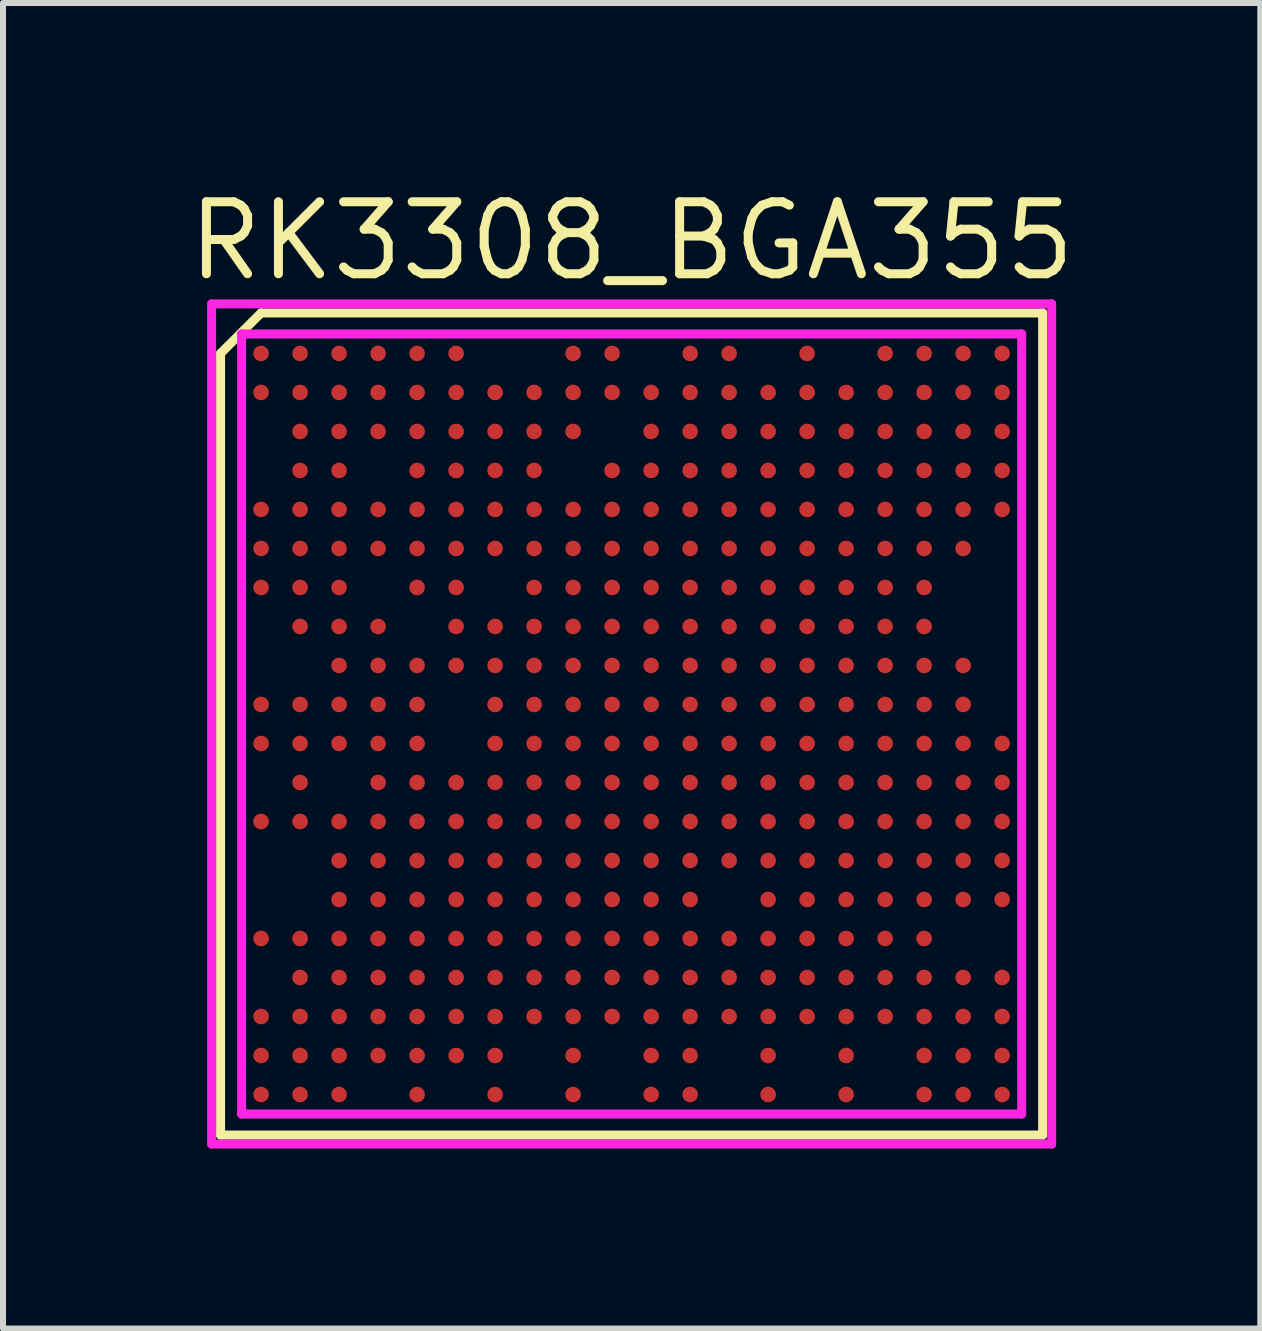
<source format=kicad_pcb>
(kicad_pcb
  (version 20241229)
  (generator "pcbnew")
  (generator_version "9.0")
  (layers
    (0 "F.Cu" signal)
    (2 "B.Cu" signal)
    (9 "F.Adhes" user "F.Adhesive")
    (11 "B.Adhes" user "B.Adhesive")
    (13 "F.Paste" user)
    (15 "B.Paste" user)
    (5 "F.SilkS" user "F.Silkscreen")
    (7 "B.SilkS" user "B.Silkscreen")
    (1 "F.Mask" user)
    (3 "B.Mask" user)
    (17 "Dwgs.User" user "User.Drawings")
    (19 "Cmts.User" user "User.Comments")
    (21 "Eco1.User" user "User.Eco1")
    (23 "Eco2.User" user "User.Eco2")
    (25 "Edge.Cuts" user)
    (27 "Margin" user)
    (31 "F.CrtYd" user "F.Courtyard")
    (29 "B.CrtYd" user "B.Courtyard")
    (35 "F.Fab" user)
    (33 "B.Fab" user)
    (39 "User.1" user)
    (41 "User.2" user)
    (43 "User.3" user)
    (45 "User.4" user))
  (footprint "RK3308_BGA355"
    (layer "F.Cu")
    (at 7.476 9.015)
    (property "Reference" "RK3308_BGA355" (at 0 -8.05 0) (layer "F.SilkS") (effects (font (size 1.2 1.2) (thickness 0.15))))
    (attr smd)
    (fp_line (start -6.85 -6.175) (end -6.85 6.85) (stroke (width 0.15) (type solid)) (layer "F.SilkS"))
    (fp_line (start -6.85 6.85) (end 6.85 6.85) (stroke (width 0.15) (type solid)) (layer "F.SilkS"))
    (fp_line (start -6.175 -6.85) (end -6.85 -6.175) (stroke (width 0.15) (type solid)) (layer "F.SilkS"))
    (fp_line (start 6.85 -6.85) (end -6.175 -6.85) (stroke (width 0.15) (type solid)) (layer "F.SilkS"))
    (fp_line (start 6.85 6.85) (end 6.85 -6.85) (stroke (width 0.15) (type solid)) (layer "F.SilkS"))
    (fp_line (start -7 -7) (end 7 -7) (stroke (width 0.15) (type solid)) (layer "F.CrtYd"))
    (fp_line (start -7 7) (end -7 -7) (stroke (width 0.15) (type solid)) (layer "F.CrtYd"))
    (fp_line (start -6.5 -6.5) (end 6.5 -6.5) (stroke (width 0.15) (type solid)) (layer "F.CrtYd"))
    (fp_line (start -6.5 6.5) (end -6.5 -6.5) (stroke (width 0.15) (type solid)) (layer "F.CrtYd"))
    (fp_line (start 6.5 -6.5) (end 6.5 6.5) (stroke (width 0.15) (type solid)) (layer "F.CrtYd"))
    (fp_line (start 6.5 6.5) (end -6.5 6.5) (stroke (width 0.15) (type solid)) (layer "F.CrtYd"))
    (fp_line (start 7 -7) (end 7 7) (stroke (width 0.15) (type solid)) (layer "F.CrtYd"))
    (fp_line (start 7 7) (end -7 7) (stroke (width 0.15) (type solid)) (layer "F.CrtYd"))
    (pad "A1" smd circle (at -6.175 -6.175) (size 0.26 0.26) (layers "F.Cu" "F.Mask" "F.Paste"))
    (pad "A2" smd circle (at -5.525 -6.175) (size 0.26 0.26) (layers "F.Cu" "F.Mask" "F.Paste"))
    (pad "A3" smd circle (at -4.875 -6.175) (size 0.26 0.26) (layers "F.Cu" "F.Mask" "F.Paste"))
    (pad "A4" smd circle (at -4.225 -6.175) (size 0.26 0.26) (layers "F.Cu" "F.Mask" "F.Paste"))
    (pad "A5" smd circle (at -3.575 -6.175) (size 0.26 0.26) (layers "F.Cu" "F.Mask" "F.Paste"))
    (pad "A6" smd circle (at -2.925 -6.175) (size 0.26 0.26) (layers "F.Cu" "F.Mask" "F.Paste"))
    (pad "A9" smd circle (at -0.975 -6.175) (size 0.26 0.26) (layers "F.Cu" "F.Mask" "F.Paste"))
    (pad "A10" smd circle (at -0.325 -6.175) (size 0.26 0.26) (layers "F.Cu" "F.Mask" "F.Paste"))
    (pad "A12" smd circle (at 0.975 -6.175) (size 0.26 0.26) (layers "F.Cu" "F.Mask" "F.Paste"))
    (pad "A13" smd circle (at 1.625 -6.175) (size 0.26 0.26) (layers "F.Cu" "F.Mask" "F.Paste"))
    (pad "A15" smd circle (at 2.925 -6.175) (size 0.26 0.26) (layers "F.Cu" "F.Mask" "F.Paste"))
    (pad "A17" smd circle (at 4.225 -6.175) (size 0.26 0.26) (layers "F.Cu" "F.Mask" "F.Paste"))
    (pad "A18" smd circle (at 4.875 -6.175) (size 0.26 0.26) (layers "F.Cu" "F.Mask" "F.Paste"))
    (pad "A19" smd circle (at 5.525 -6.175) (size 0.26 0.26) (layers "F.Cu" "F.Mask" "F.Paste"))
    (pad "A20" smd circle (at 6.175 -6.175) (size 0.26 0.26) (layers "F.Cu" "F.Mask" "F.Paste"))
    (pad "B1" smd circle (at -6.175 -5.525) (size 0.26 0.26) (layers "F.Cu" "F.Mask" "F.Paste"))
    (pad "B2" smd circle (at -5.525 -5.525) (size 0.26 0.26) (layers "F.Cu" "F.Mask" "F.Paste"))
    (pad "B3" smd circle (at -4.875 -5.525) (size 0.26 0.26) (layers "F.Cu" "F.Mask" "F.Paste"))
    (pad "B4" smd circle (at -4.225 -5.525) (size 0.26 0.26) (layers "F.Cu" "F.Mask" "F.Paste"))
    (pad "B5" smd circle (at -3.575 -5.525) (size 0.26 0.26) (layers "F.Cu" "F.Mask" "F.Paste"))
    (pad "B6" smd circle (at -2.925 -5.525) (size 0.26 0.26) (layers "F.Cu" "F.Mask" "F.Paste"))
    (pad "B7" smd circle (at -2.275 -5.525) (size 0.26 0.26) (layers "F.Cu" "F.Mask" "F.Paste"))
    (pad "B8" smd circle (at -1.625 -5.525) (size 0.26 0.26) (layers "F.Cu" "F.Mask" "F.Paste"))
    (pad "B9" smd circle (at -0.975 -5.525) (size 0.26 0.26) (layers "F.Cu" "F.Mask" "F.Paste"))
    (pad "B10" smd circle (at -0.325 -5.525) (size 0.26 0.26) (layers "F.Cu" "F.Mask" "F.Paste"))
    (pad "B11" smd circle (at 0.325 -5.525) (size 0.26 0.26) (layers "F.Cu" "F.Mask" "F.Paste"))
    (pad "B12" smd circle (at 0.975 -5.525) (size 0.26 0.26) (layers "F.Cu" "F.Mask" "F.Paste"))
    (pad "B13" smd circle (at 1.625 -5.525) (size 0.26 0.26) (layers "F.Cu" "F.Mask" "F.Paste"))
    (pad "B14" smd circle (at 2.275 -5.525) (size 0.26 0.26) (layers "F.Cu" "F.Mask" "F.Paste"))
    (pad "B15" smd circle (at 2.925 -5.525) (size 0.26 0.26) (layers "F.Cu" "F.Mask" "F.Paste"))
    (pad "B16" smd circle (at 3.575 -5.525) (size 0.26 0.26) (layers "F.Cu" "F.Mask" "F.Paste"))
    (pad "B17" smd circle (at 4.225 -5.525) (size 0.26 0.26) (layers "F.Cu" "F.Mask" "F.Paste"))
    (pad "B18" smd circle (at 4.875 -5.525) (size 0.26 0.26) (layers "F.Cu" "F.Mask" "F.Paste"))
    (pad "B19" smd circle (at 5.525 -5.525) (size 0.26 0.26) (layers "F.Cu" "F.Mask" "F.Paste"))
    (pad "B20" smd circle (at 6.175 -5.525) (size 0.26 0.26) (layers "F.Cu" "F.Mask" "F.Paste"))
    (pad "C2" smd circle (at -5.525 -4.875) (size 0.26 0.26) (layers "F.Cu" "F.Mask" "F.Paste"))
    (pad "C3" smd circle (at -4.875 -4.875) (size 0.26 0.26) (layers "F.Cu" "F.Mask" "F.Paste"))
    (pad "C4" smd circle (at -4.225 -4.875) (size 0.26 0.26) (layers "F.Cu" "F.Mask" "F.Paste"))
    (pad "C5" smd circle (at -3.575 -4.875) (size 0.26 0.26) (layers "F.Cu" "F.Mask" "F.Paste"))
    (pad "C6" smd circle (at -2.925 -4.875) (size 0.26 0.26) (layers "F.Cu" "F.Mask" "F.Paste"))
    (pad "C7" smd circle (at -2.275 -4.875) (size 0.26 0.26) (layers "F.Cu" "F.Mask" "F.Paste"))
    (pad "C8" smd circle (at -1.625 -4.875) (size 0.26 0.26) (layers "F.Cu" "F.Mask" "F.Paste"))
    (pad "C9" smd circle (at -0.975 -4.875) (size 0.26 0.26) (layers "F.Cu" "F.Mask" "F.Paste"))
    (pad "C11" smd circle (at 0.325 -4.875) (size 0.26 0.26) (layers "F.Cu" "F.Mask" "F.Paste"))
    (pad "C12" smd circle (at 0.975 -4.875) (size 0.26 0.26) (layers "F.Cu" "F.Mask" "F.Paste"))
    (pad "C13" smd circle (at 1.625 -4.875) (size 0.26 0.26) (layers "F.Cu" "F.Mask" "F.Paste"))
    (pad "C14" smd circle (at 2.275 -4.875) (size 0.26 0.26) (layers "F.Cu" "F.Mask" "F.Paste"))
    (pad "C15" smd circle (at 2.925 -4.875) (size 0.26 0.26) (layers "F.Cu" "F.Mask" "F.Paste"))
    (pad "C16" smd circle (at 3.575 -4.875) (size 0.26 0.26) (layers "F.Cu" "F.Mask" "F.Paste"))
    (pad "C17" smd circle (at 4.225 -4.875) (size 0.26 0.26) (layers "F.Cu" "F.Mask" "F.Paste"))
    (pad "C18" smd circle (at 4.875 -4.875) (size 0.26 0.26) (layers "F.Cu" "F.Mask" "F.Paste"))
    (pad "C19" smd circle (at 5.525 -4.875) (size 0.26 0.26) (layers "F.Cu" "F.Mask" "F.Paste"))
    (pad "C20" smd circle (at 6.175 -4.875) (size 0.26 0.26) (layers "F.Cu" "F.Mask" "F.Paste"))
    (pad "D2" smd circle (at -5.525 -4.225) (size 0.26 0.26) (layers "F.Cu" "F.Mask" "F.Paste"))
    (pad "D3" smd circle (at -4.875 -4.225) (size 0.26 0.26) (layers "F.Cu" "F.Mask" "F.Paste"))
    (pad "D5" smd circle (at -3.575 -4.225) (size 0.26 0.26) (layers "F.Cu" "F.Mask" "F.Paste"))
    (pad "D6" smd circle (at -2.925 -4.225) (size 0.26 0.26) (layers "F.Cu" "F.Mask" "F.Paste"))
    (pad "D7" smd circle (at -2.275 -4.225) (size 0.26 0.26) (layers "F.Cu" "F.Mask" "F.Paste"))
    (pad "D8" smd circle (at -1.625 -4.225) (size 0.26 0.26) (layers "F.Cu" "F.Mask" "F.Paste"))
    (pad "D10" smd circle (at -0.325 -4.225) (size 0.26 0.26) (layers "F.Cu" "F.Mask" "F.Paste"))
    (pad "D11" smd circle (at 0.325 -4.225) (size 0.26 0.26) (layers "F.Cu" "F.Mask" "F.Paste"))
    (pad "D12" smd circle (at 0.975 -4.225) (size 0.26 0.26) (layers "F.Cu" "F.Mask" "F.Paste"))
    (pad "D13" smd circle (at 1.625 -4.225) (size 0.26 0.26) (layers "F.Cu" "F.Mask" "F.Paste"))
    (pad "D14" smd circle (at 2.275 -4.225) (size 0.26 0.26) (layers "F.Cu" "F.Mask" "F.Paste"))
    (pad "D15" smd circle (at 2.925 -4.225) (size 0.26 0.26) (layers "F.Cu" "F.Mask" "F.Paste"))
    (pad "D16" smd circle (at 3.575 -4.225) (size 0.26 0.26) (layers "F.Cu" "F.Mask" "F.Paste"))
    (pad "D17" smd circle (at 4.225 -4.225) (size 0.26 0.26) (layers "F.Cu" "F.Mask" "F.Paste"))
    (pad "D18" smd circle (at 4.875 -4.225) (size 0.26 0.26) (layers "F.Cu" "F.Mask" "F.Paste"))
    (pad "D19" smd circle (at 5.525 -4.225) (size 0.26 0.26) (layers "F.Cu" "F.Mask" "F.Paste"))
    (pad "D20" smd circle (at 6.175 -4.225) (size 0.26 0.26) (layers "F.Cu" "F.Mask" "F.Paste"))
    (pad "E1" smd circle (at -6.175 -3.575) (size 0.26 0.26) (layers "F.Cu" "F.Mask" "F.Paste"))
    (pad "E2" smd circle (at -5.525 -3.575) (size 0.26 0.26) (layers "F.Cu" "F.Mask" "F.Paste"))
    (pad "E3" smd circle (at -4.875 -3.575) (size 0.26 0.26) (layers "F.Cu" "F.Mask" "F.Paste"))
    (pad "E4" smd circle (at -4.225 -3.575) (size 0.26 0.26) (layers "F.Cu" "F.Mask" "F.Paste"))
    (pad "E5" smd circle (at -3.575 -3.575) (size 0.26 0.26) (layers "F.Cu" "F.Mask" "F.Paste"))
    (pad "E6" smd circle (at -2.925 -3.575) (size 0.26 0.26) (layers "F.Cu" "F.Mask" "F.Paste"))
    (pad "E7" smd circle (at -2.275 -3.575) (size 0.26 0.26) (layers "F.Cu" "F.Mask" "F.Paste"))
    (pad "E8" smd circle (at -1.625 -3.575) (size 0.26 0.26) (layers "F.Cu" "F.Mask" "F.Paste"))
    (pad "E9" smd circle (at -0.975 -3.575) (size 0.26 0.26) (layers "F.Cu" "F.Mask" "F.Paste"))
    (pad "E10" smd circle (at -0.325 -3.575) (size 0.26 0.26) (layers "F.Cu" "F.Mask" "F.Paste"))
    (pad "E11" smd circle (at 0.325 -3.575) (size 0.26 0.26) (layers "F.Cu" "F.Mask" "F.Paste"))
    (pad "E12" smd circle (at 0.975 -3.575) (size 0.26 0.26) (layers "F.Cu" "F.Mask" "F.Paste"))
    (pad "E13" smd circle (at 1.625 -3.575) (size 0.26 0.26) (layers "F.Cu" "F.Mask" "F.Paste"))
    (pad "E14" smd circle (at 2.275 -3.575) (size 0.26 0.26) (layers "F.Cu" "F.Mask" "F.Paste"))
    (pad "E15" smd circle (at 2.925 -3.575) (size 0.26 0.26) (layers "F.Cu" "F.Mask" "F.Paste"))
    (pad "E16" smd circle (at 3.575 -3.575) (size 0.26 0.26) (layers "F.Cu" "F.Mask" "F.Paste"))
    (pad "E17" smd circle (at 4.225 -3.575) (size 0.26 0.26) (layers "F.Cu" "F.Mask" "F.Paste"))
    (pad "E18" smd circle (at 4.875 -3.575) (size 0.26 0.26) (layers "F.Cu" "F.Mask" "F.Paste"))
    (pad "E19" smd circle (at 5.525 -3.575) (size 0.26 0.26) (layers "F.Cu" "F.Mask" "F.Paste"))
    (pad "E20" smd circle (at 6.175 -3.575) (size 0.26 0.26) (layers "F.Cu" "F.Mask" "F.Paste"))
    (pad "F1" smd circle (at -6.175 -2.925) (size 0.26 0.26) (layers "F.Cu" "F.Mask" "F.Paste"))
    (pad "F2" smd circle (at -5.525 -2.925) (size 0.26 0.26) (layers "F.Cu" "F.Mask" "F.Paste"))
    (pad "F3" smd circle (at -4.875 -2.925) (size 0.26 0.26) (layers "F.Cu" "F.Mask" "F.Paste"))
    (pad "F4" smd circle (at -4.225 -2.925) (size 0.26 0.26) (layers "F.Cu" "F.Mask" "F.Paste"))
    (pad "F5" smd circle (at -3.575 -2.925) (size 0.26 0.26) (layers "F.Cu" "F.Mask" "F.Paste"))
    (pad "F6" smd circle (at -2.925 -2.925) (size 0.26 0.26) (layers "F.Cu" "F.Mask" "F.Paste"))
    (pad "F7" smd circle (at -2.275 -2.925) (size 0.26 0.26) (layers "F.Cu" "F.Mask" "F.Paste"))
    (pad "F8" smd circle (at -1.625 -2.925) (size 0.26 0.26) (layers "F.Cu" "F.Mask" "F.Paste"))
    (pad "F9" smd circle (at -0.975 -2.925) (size 0.26 0.26) (layers "F.Cu" "F.Mask" "F.Paste"))
    (pad "F10" smd circle (at -0.325 -2.925) (size 0.26 0.26) (layers "F.Cu" "F.Mask" "F.Paste"))
    (pad "F11" smd circle (at 0.325 -2.925) (size 0.26 0.26) (layers "F.Cu" "F.Mask" "F.Paste"))
    (pad "F12" smd circle (at 0.975 -2.925) (size 0.26 0.26) (layers "F.Cu" "F.Mask" "F.Paste"))
    (pad "F13" smd circle (at 1.625 -2.925) (size 0.26 0.26) (layers "F.Cu" "F.Mask" "F.Paste"))
    (pad "F14" smd circle (at 2.275 -2.925) (size 0.26 0.26) (layers "F.Cu" "F.Mask" "F.Paste"))
    (pad "F15" smd circle (at 2.925 -2.925) (size 0.26 0.26) (layers "F.Cu" "F.Mask" "F.Paste"))
    (pad "F16" smd circle (at 3.575 -2.925) (size 0.26 0.26) (layers "F.Cu" "F.Mask" "F.Paste"))
    (pad "F17" smd circle (at 4.225 -2.925) (size 0.26 0.26) (layers "F.Cu" "F.Mask" "F.Paste"))
    (pad "F18" smd circle (at 4.875 -2.925) (size 0.26 0.26) (layers "F.Cu" "F.Mask" "F.Paste"))
    (pad "F19" smd circle (at 5.525 -2.925) (size 0.26 0.26) (layers "F.Cu" "F.Mask" "F.Paste"))
    (pad "G1" smd circle (at -6.175 -2.275) (size 0.26 0.26) (layers "F.Cu" "F.Mask" "F.Paste"))
    (pad "G2" smd circle (at -5.525 -2.275) (size 0.26 0.26) (layers "F.Cu" "F.Mask" "F.Paste"))
    (pad "G3" smd circle (at -4.875 -2.275) (size 0.26 0.26) (layers "F.Cu" "F.Mask" "F.Paste"))
    (pad "G5" smd circle (at -3.575 -2.275) (size 0.26 0.26) (layers "F.Cu" "F.Mask" "F.Paste"))
    (pad "G6" smd circle (at -2.925 -2.275) (size 0.26 0.26) (layers "F.Cu" "F.Mask" "F.Paste"))
    (pad "G8" smd circle (at -1.625 -2.275) (size 0.26 0.26) (layers "F.Cu" "F.Mask" "F.Paste"))
    (pad "G9" smd circle (at -0.975 -2.275) (size 0.26 0.26) (layers "F.Cu" "F.Mask" "F.Paste"))
    (pad "G10" smd circle (at -0.325 -2.275) (size 0.26 0.26) (layers "F.Cu" "F.Mask" "F.Paste"))
    (pad "G11" smd circle (at 0.325 -2.275) (size 0.26 0.26) (layers "F.Cu" "F.Mask" "F.Paste"))
    (pad "G12" smd circle (at 0.975 -2.275) (size 0.26 0.26) (layers "F.Cu" "F.Mask" "F.Paste"))
    (pad "G13" smd circle (at 1.625 -2.275) (size 0.26 0.26) (layers "F.Cu" "F.Mask" "F.Paste"))
    (pad "G14" smd circle (at 2.275 -2.275) (size 0.26 0.26) (layers "F.Cu" "F.Mask" "F.Paste"))
    (pad "G15" smd circle (at 2.925 -2.275) (size 0.26 0.26) (layers "F.Cu" "F.Mask" "F.Paste"))
    (pad "G16" smd circle (at 3.575 -2.275) (size 0.26 0.26) (layers "F.Cu" "F.Mask" "F.Paste"))
    (pad "G17" smd circle (at 4.225 -2.275) (size 0.26 0.26) (layers "F.Cu" "F.Mask" "F.Paste"))
    (pad "G18" smd circle (at 4.875 -2.275) (size 0.26 0.26) (layers "F.Cu" "F.Mask" "F.Paste"))
    (pad "H2" smd circle (at -5.525 -1.625) (size 0.26 0.26) (layers "F.Cu" "F.Mask" "F.Paste"))
    (pad "H3" smd circle (at -4.875 -1.625) (size 0.26 0.26) (layers "F.Cu" "F.Mask" "F.Paste"))
    (pad "H4" smd circle (at -4.225 -1.625) (size 0.26 0.26) (layers "F.Cu" "F.Mask" "F.Paste"))
    (pad "H6" smd circle (at -2.925 -1.625) (size 0.26 0.26) (layers "F.Cu" "F.Mask" "F.Paste"))
    (pad "H7" smd circle (at -2.275 -1.625) (size 0.26 0.26) (layers "F.Cu" "F.Mask" "F.Paste"))
    (pad "H8" smd circle (at -1.625 -1.625) (size 0.26 0.26) (layers "F.Cu" "F.Mask" "F.Paste"))
    (pad "H9" smd circle (at -0.975 -1.625) (size 0.26 0.26) (layers "F.Cu" "F.Mask" "F.Paste"))
    (pad "H10" smd circle (at -0.325 -1.625) (size 0.26 0.26) (layers "F.Cu" "F.Mask" "F.Paste"))
    (pad "H11" smd circle (at 0.325 -1.625) (size 0.26 0.26) (layers "F.Cu" "F.Mask" "F.Paste"))
    (pad "H12" smd circle (at 0.975 -1.625) (size 0.26 0.26) (layers "F.Cu" "F.Mask" "F.Paste"))
    (pad "H13" smd circle (at 1.625 -1.625) (size 0.26 0.26) (layers "F.Cu" "F.Mask" "F.Paste"))
    (pad "H14" smd circle (at 2.275 -1.625) (size 0.26 0.26) (layers "F.Cu" "F.Mask" "F.Paste"))
    (pad "H15" smd circle (at 2.925 -1.625) (size 0.26 0.26) (layers "F.Cu" "F.Mask" "F.Paste"))
    (pad "H16" smd circle (at 3.575 -1.625) (size 0.26 0.26) (layers "F.Cu" "F.Mask" "F.Paste"))
    (pad "H17" smd circle (at 4.225 -1.625) (size 0.26 0.26) (layers "F.Cu" "F.Mask" "F.Paste"))
    (pad "H18" smd circle (at 4.875 -1.625) (size 0.26 0.26) (layers "F.Cu" "F.Mask" "F.Paste"))
    (pad "J3" smd circle (at -4.875 -0.975) (size 0.26 0.26) (layers "F.Cu" "F.Mask" "F.Paste"))
    (pad "J4" smd circle (at -4.225 -0.975) (size 0.26 0.26) (layers "F.Cu" "F.Mask" "F.Paste"))
    (pad "J5" smd circle (at -3.575 -0.975) (size 0.26 0.26) (layers "F.Cu" "F.Mask" "F.Paste"))
    (pad "J6" smd circle (at -2.925 -0.975) (size 0.26 0.26) (layers "F.Cu" "F.Mask" "F.Paste"))
    (pad "J7" smd circle (at -2.275 -0.975) (size 0.26 0.26) (layers "F.Cu" "F.Mask" "F.Paste"))
    (pad "J8" smd circle (at -1.625 -0.975) (size 0.26 0.26) (layers "F.Cu" "F.Mask" "F.Paste"))
    (pad "J9" smd circle (at -0.975 -0.975) (size 0.26 0.26) (layers "F.Cu" "F.Mask" "F.Paste"))
    (pad "J10" smd circle (at -0.325 -0.975) (size 0.26 0.26) (layers "F.Cu" "F.Mask" "F.Paste"))
    (pad "J11" smd circle (at 0.325 -0.975) (size 0.26 0.26) (layers "F.Cu" "F.Mask" "F.Paste"))
    (pad "J12" smd circle (at 0.975 -0.975) (size 0.26 0.26) (layers "F.Cu" "F.Mask" "F.Paste"))
    (pad "J13" smd circle (at 1.625 -0.975) (size 0.26 0.26) (layers "F.Cu" "F.Mask" "F.Paste"))
    (pad "J14" smd circle (at 2.275 -0.975) (size 0.26 0.26) (layers "F.Cu" "F.Mask" "F.Paste"))
    (pad "J15" smd circle (at 2.925 -0.975) (size 0.26 0.26) (layers "F.Cu" "F.Mask" "F.Paste"))
    (pad "J16" smd circle (at 3.575 -0.975) (size 0.26 0.26) (layers "F.Cu" "F.Mask" "F.Paste"))
    (pad "J17" smd circle (at 4.225 -0.975) (size 0.26 0.26) (layers "F.Cu" "F.Mask" "F.Paste"))
    (pad "J18" smd circle (at 4.875 -0.975) (size 0.26 0.26) (layers "F.Cu" "F.Mask" "F.Paste"))
    (pad "J19" smd circle (at 5.525 -0.975) (size 0.26 0.26) (layers "F.Cu" "F.Mask" "F.Paste"))
    (pad "K1" smd circle (at -6.175 -0.325) (size 0.26 0.26) (layers "F.Cu" "F.Mask" "F.Paste"))
    (pad "K2" smd circle (at -5.525 -0.325) (size 0.26 0.26) (layers "F.Cu" "F.Mask" "F.Paste"))
    (pad "K3" smd circle (at -4.875 -0.325) (size 0.26 0.26) (layers "F.Cu" "F.Mask" "F.Paste"))
    (pad "K4" smd circle (at -4.225 -0.325) (size 0.26 0.26) (layers "F.Cu" "F.Mask" "F.Paste"))
    (pad "K5" smd circle (at -3.575 -0.325) (size 0.26 0.26) (layers "F.Cu" "F.Mask" "F.Paste"))
    (pad "K7" smd circle (at -2.275 -0.325) (size 0.26 0.26) (layers "F.Cu" "F.Mask" "F.Paste"))
    (pad "K8" smd circle (at -1.625 -0.325) (size 0.26 0.26) (layers "F.Cu" "F.Mask" "F.Paste"))
    (pad "K9" smd circle (at -0.975 -0.325) (size 0.26 0.26) (layers "F.Cu" "F.Mask" "F.Paste"))
    (pad "K10" smd circle (at -0.325 -0.325) (size 0.26 0.26) (layers "F.Cu" "F.Mask" "F.Paste"))
    (pad "K11" smd circle (at 0.325 -0.325) (size 0.26 0.26) (layers "F.Cu" "F.Mask" "F.Paste"))
    (pad "K12" smd circle (at 0.975 -0.325) (size 0.26 0.26) (layers "F.Cu" "F.Mask" "F.Paste"))
    (pad "K13" smd circle (at 1.625 -0.325) (size 0.26 0.26) (layers "F.Cu" "F.Mask" "F.Paste"))
    (pad "K14" smd circle (at 2.275 -0.325) (size 0.26 0.26) (layers "F.Cu" "F.Mask" "F.Paste"))
    (pad "K15" smd circle (at 2.925 -0.325) (size 0.26 0.26) (layers "F.Cu" "F.Mask" "F.Paste"))
    (pad "K16" smd circle (at 3.575 -0.325) (size 0.26 0.26) (layers "F.Cu" "F.Mask" "F.Paste"))
    (pad "K17" smd circle (at 4.225 -0.325) (size 0.26 0.26) (layers "F.Cu" "F.Mask" "F.Paste"))
    (pad "K18" smd circle (at 4.875 -0.325) (size 0.26 0.26) (layers "F.Cu" "F.Mask" "F.Paste"))
    (pad "K19" smd circle (at 5.525 -0.325) (size 0.26 0.26) (layers "F.Cu" "F.Mask" "F.Paste"))
    (pad "L1" smd circle (at -6.175 0.325) (size 0.26 0.26) (layers "F.Cu" "F.Mask" "F.Paste"))
    (pad "L2" smd circle (at -5.525 0.325) (size 0.26 0.26) (layers "F.Cu" "F.Mask" "F.Paste"))
    (pad "L3" smd circle (at -4.875 0.325) (size 0.26 0.26) (layers "F.Cu" "F.Mask" "F.Paste"))
    (pad "L4" smd circle (at -4.225 0.325) (size 0.26 0.26) (layers "F.Cu" "F.Mask" "F.Paste"))
    (pad "L5" smd circle (at -3.575 0.325) (size 0.26 0.26) (layers "F.Cu" "F.Mask" "F.Paste"))
    (pad "L7" smd circle (at -2.275 0.325) (size 0.26 0.26) (layers "F.Cu" "F.Mask" "F.Paste"))
    (pad "L8" smd circle (at -1.625 0.325) (size 0.26 0.26) (layers "F.Cu" "F.Mask" "F.Paste"))
    (pad "L9" smd circle (at -0.975 0.325) (size 0.26 0.26) (layers "F.Cu" "F.Mask" "F.Paste"))
    (pad "L10" smd circle (at -0.325 0.325) (size 0.26 0.26) (layers "F.Cu" "F.Mask" "F.Paste"))
    (pad "L11" smd circle (at 0.325 0.325) (size 0.26 0.26) (layers "F.Cu" "F.Mask" "F.Paste"))
    (pad "L12" smd circle (at 0.975 0.325) (size 0.26 0.26) (layers "F.Cu" "F.Mask" "F.Paste"))
    (pad "L13" smd circle (at 1.625 0.325) (size 0.26 0.26) (layers "F.Cu" "F.Mask" "F.Paste"))
    (pad "L14" smd circle (at 2.275 0.325) (size 0.26 0.26) (layers "F.Cu" "F.Mask" "F.Paste"))
    (pad "L15" smd circle (at 2.925 0.325) (size 0.26 0.26) (layers "F.Cu" "F.Mask" "F.Paste"))
    (pad "L16" smd circle (at 3.575 0.325) (size 0.26 0.26) (layers "F.Cu" "F.Mask" "F.Paste"))
    (pad "L17" smd circle (at 4.225 0.325) (size 0.26 0.26) (layers "F.Cu" "F.Mask" "F.Paste"))
    (pad "L18" smd circle (at 4.875 0.325) (size 0.26 0.26) (layers "F.Cu" "F.Mask" "F.Paste"))
    (pad "L19" smd circle (at 5.525 0.325) (size 0.26 0.26) (layers "F.Cu" "F.Mask" "F.Paste"))
    (pad "L20" smd circle (at 6.175 0.325) (size 0.26 0.26) (layers "F.Cu" "F.Mask" "F.Paste"))
    (pad "M2" smd circle (at -5.525 0.975) (size 0.26 0.26) (layers "F.Cu" "F.Mask" "F.Paste"))
    (pad "M4" smd circle (at -4.225 0.975) (size 0.26 0.26) (layers "F.Cu" "F.Mask" "F.Paste"))
    (pad "M5" smd circle (at -3.575 0.975) (size 0.26 0.26) (layers "F.Cu" "F.Mask" "F.Paste"))
    (pad "M6" smd circle (at -2.925 0.975) (size 0.26 0.26) (layers "F.Cu" "F.Mask" "F.Paste"))
    (pad "M7" smd circle (at -2.275 0.975) (size 0.26 0.26) (layers "F.Cu" "F.Mask" "F.Paste"))
    (pad "M8" smd circle (at -1.625 0.975) (size 0.26 0.26) (layers "F.Cu" "F.Mask" "F.Paste"))
    (pad "M9" smd circle (at -0.975 0.975) (size 0.26 0.26) (layers "F.Cu" "F.Mask" "F.Paste"))
    (pad "M10" smd circle (at -0.325 0.975) (size 0.26 0.26) (layers "F.Cu" "F.Mask" "F.Paste"))
    (pad "M11" smd circle (at 0.325 0.975) (size 0.26 0.26) (layers "F.Cu" "F.Mask" "F.Paste"))
    (pad "M12" smd circle (at 0.975 0.975) (size 0.26 0.26) (layers "F.Cu" "F.Mask" "F.Paste"))
    (pad "M13" smd circle (at 1.625 0.975) (size 0.26 0.26) (layers "F.Cu" "F.Mask" "F.Paste"))
    (pad "M14" smd circle (at 2.275 0.975) (size 0.26 0.26) (layers "F.Cu" "F.Mask" "F.Paste"))
    (pad "M15" smd circle (at 2.925 0.975) (size 0.26 0.26) (layers "F.Cu" "F.Mask" "F.Paste"))
    (pad "M16" smd circle (at 3.575 0.975) (size 0.26 0.26) (layers "F.Cu" "F.Mask" "F.Paste"))
    (pad "M17" smd circle (at 4.225 0.975) (size 0.26 0.26) (layers "F.Cu" "F.Mask" "F.Paste"))
    (pad "M18" smd circle (at 4.875 0.975) (size 0.26 0.26) (layers "F.Cu" "F.Mask" "F.Paste"))
    (pad "M19" smd circle (at 5.525 0.975) (size 0.26 0.26) (layers "F.Cu" "F.Mask" "F.Paste"))
    (pad "M20" smd circle (at 6.175 0.975) (size 0.26 0.26) (layers "F.Cu" "F.Mask" "F.Paste"))
    (pad "N1" smd circle (at -6.175 1.625) (size 0.26 0.26) (layers "F.Cu" "F.Mask" "F.Paste"))
    (pad "N2" smd circle (at -5.525 1.625) (size 0.26 0.26) (layers "F.Cu" "F.Mask" "F.Paste"))
    (pad "N3" smd circle (at -4.875 1.625) (size 0.26 0.26) (layers "F.Cu" "F.Mask" "F.Paste"))
    (pad "N4" smd circle (at -4.225 1.625) (size 0.26 0.26) (layers "F.Cu" "F.Mask" "F.Paste"))
    (pad "N5" smd circle (at -3.575 1.625) (size 0.26 0.26) (layers "F.Cu" "F.Mask" "F.Paste"))
    (pad "N6" smd circle (at -2.925 1.625) (size 0.26 0.26) (layers "F.Cu" "F.Mask" "F.Paste"))
    (pad "N7" smd circle (at -2.275 1.625) (size 0.26 0.26) (layers "F.Cu" "F.Mask" "F.Paste"))
    (pad "N8" smd circle (at -1.625 1.625) (size 0.26 0.26) (layers "F.Cu" "F.Mask" "F.Paste"))
    (pad "N9" smd circle (at -0.975 1.625) (size 0.26 0.26) (layers "F.Cu" "F.Mask" "F.Paste"))
    (pad "N10" smd circle (at -0.325 1.625) (size 0.26 0.26) (layers "F.Cu" "F.Mask" "F.Paste"))
    (pad "N11" smd circle (at 0.325 1.625) (size 0.26 0.26) (layers "F.Cu" "F.Mask" "F.Paste"))
    (pad "N12" smd circle (at 0.975 1.625) (size 0.26 0.26) (layers "F.Cu" "F.Mask" "F.Paste"))
    (pad "N13" smd circle (at 1.625 1.625) (size 0.26 0.26) (layers "F.Cu" "F.Mask" "F.Paste"))
    (pad "N14" smd circle (at 2.275 1.625) (size 0.26 0.26) (layers "F.Cu" "F.Mask" "F.Paste"))
    (pad "N15" smd circle (at 2.925 1.625) (size 0.26 0.26) (layers "F.Cu" "F.Mask" "F.Paste"))
    (pad "N16" smd circle (at 3.575 1.625) (size 0.26 0.26) (layers "F.Cu" "F.Mask" "F.Paste"))
    (pad "N17" smd circle (at 4.225 1.625) (size 0.26 0.26) (layers "F.Cu" "F.Mask" "F.Paste"))
    (pad "N18" smd circle (at 4.875 1.625) (size 0.26 0.26) (layers "F.Cu" "F.Mask" "F.Paste"))
    (pad "N19" smd circle (at 5.525 1.625) (size 0.26 0.26) (layers "F.Cu" "F.Mask" "F.Paste"))
    (pad "N20" smd circle (at 6.175 1.625) (size 0.26 0.26) (layers "F.Cu" "F.Mask" "F.Paste"))
    (pad "P3" smd circle (at -4.875 2.275) (size 0.26 0.26) (layers "F.Cu" "F.Mask" "F.Paste"))
    (pad "P4" smd circle (at -4.225 2.275) (size 0.26 0.26) (layers "F.Cu" "F.Mask" "F.Paste"))
    (pad "P5" smd circle (at -3.575 2.275) (size 0.26 0.26) (layers "F.Cu" "F.Mask" "F.Paste"))
    (pad "P6" smd circle (at -2.925 2.275) (size 0.26 0.26) (layers "F.Cu" "F.Mask" "F.Paste"))
    (pad "P7" smd circle (at -2.275 2.275) (size 0.26 0.26) (layers "F.Cu" "F.Mask" "F.Paste"))
    (pad "P8" smd circle (at -1.625 2.275) (size 0.26 0.26) (layers "F.Cu" "F.Mask" "F.Paste"))
    (pad "P9" smd circle (at -0.975 2.275) (size 0.26 0.26) (layers "F.Cu" "F.Mask" "F.Paste"))
    (pad "P10" smd circle (at -0.325 2.275) (size 0.26 0.26) (layers "F.Cu" "F.Mask" "F.Paste"))
    (pad "P11" smd circle (at 0.325 2.275) (size 0.26 0.26) (layers "F.Cu" "F.Mask" "F.Paste"))
    (pad "P12" smd circle (at 0.975 2.275) (size 0.26 0.26) (layers "F.Cu" "F.Mask" "F.Paste"))
    (pad "P13" smd circle (at 1.625 2.275) (size 0.26 0.26) (layers "F.Cu" "F.Mask" "F.Paste"))
    (pad "P14" smd circle (at 2.275 2.275) (size 0.26 0.26) (layers "F.Cu" "F.Mask" "F.Paste"))
    (pad "P15" smd circle (at 2.925 2.275) (size 0.26 0.26) (layers "F.Cu" "F.Mask" "F.Paste"))
    (pad "P16" smd circle (at 3.575 2.275) (size 0.26 0.26) (layers "F.Cu" "F.Mask" "F.Paste"))
    (pad "P17" smd circle (at 4.225 2.275) (size 0.26 0.26) (layers "F.Cu" "F.Mask" "F.Paste"))
    (pad "P18" smd circle (at 4.875 2.275) (size 0.26 0.26) (layers "F.Cu" "F.Mask" "F.Paste"))
    (pad "P19" smd circle (at 5.525 2.275) (size 0.26 0.26) (layers "F.Cu" "F.Mask" "F.Paste"))
    (pad "P20" smd circle (at 6.175 2.275) (size 0.26 0.26) (layers "F.Cu" "F.Mask" "F.Paste"))
    (pad "R3" smd circle (at -4.875 2.925) (size 0.26 0.26) (layers "F.Cu" "F.Mask" "F.Paste"))
    (pad "R4" smd circle (at -4.225 2.925) (size 0.26 0.26) (layers "F.Cu" "F.Mask" "F.Paste"))
    (pad "R5" smd circle (at -3.575 2.925) (size 0.26 0.26) (layers "F.Cu" "F.Mask" "F.Paste"))
    (pad "R6" smd circle (at -2.925 2.925) (size 0.26 0.26) (layers "F.Cu" "F.Mask" "F.Paste"))
    (pad "R7" smd circle (at -2.275 2.925) (size 0.26 0.26) (layers "F.Cu" "F.Mask" "F.Paste"))
    (pad "R8" smd circle (at -1.625 2.925) (size 0.26 0.26) (layers "F.Cu" "F.Mask" "F.Paste"))
    (pad "R9" smd circle (at -0.975 2.925) (size 0.26 0.26) (layers "F.Cu" "F.Mask" "F.Paste"))
    (pad "R10" smd circle (at -0.325 2.925) (size 0.26 0.26) (layers "F.Cu" "F.Mask" "F.Paste"))
    (pad "R11" smd circle (at 0.325 2.925) (size 0.26 0.26) (layers "F.Cu" "F.Mask" "F.Paste"))
    (pad "R12" smd circle (at 0.975 2.925) (size 0.26 0.26) (layers "F.Cu" "F.Mask" "F.Paste"))
    (pad "R14" smd circle (at 2.275 2.925) (size 0.26 0.26) (layers "F.Cu" "F.Mask" "F.Paste"))
    (pad "R15" smd circle (at 2.925 2.925) (size 0.26 0.26) (layers "F.Cu" "F.Mask" "F.Paste"))
    (pad "R16" smd circle (at 3.575 2.925) (size 0.26 0.26) (layers "F.Cu" "F.Mask" "F.Paste"))
    (pad "R17" smd circle (at 4.225 2.925) (size 0.26 0.26) (layers "F.Cu" "F.Mask" "F.Paste"))
    (pad "R18" smd circle (at 4.875 2.925) (size 0.26 0.26) (layers "F.Cu" "F.Mask" "F.Paste"))
    (pad "R19" smd circle (at 5.525 2.925) (size 0.26 0.26) (layers "F.Cu" "F.Mask" "F.Paste"))
    (pad "R20" smd circle (at 6.175 2.925) (size 0.26 0.26) (layers "F.Cu" "F.Mask" "F.Paste"))
    (pad "T1" smd circle (at -6.175 3.575) (size 0.26 0.26) (layers "F.Cu" "F.Mask" "F.Paste"))
    (pad "T2" smd circle (at -5.525 3.575) (size 0.26 0.26) (layers "F.Cu" "F.Mask" "F.Paste"))
    (pad "T3" smd circle (at -4.875 3.575) (size 0.26 0.26) (layers "F.Cu" "F.Mask" "F.Paste"))
    (pad "T4" smd circle (at -4.225 3.575) (size 0.26 0.26) (layers "F.Cu" "F.Mask" "F.Paste"))
    (pad "T5" smd circle (at -3.575 3.575) (size 0.26 0.26) (layers "F.Cu" "F.Mask" "F.Paste"))
    (pad "T6" smd circle (at -2.925 3.575) (size 0.26 0.26) (layers "F.Cu" "F.Mask" "F.Paste"))
    (pad "T7" smd circle (at -2.275 3.575) (size 0.26 0.26) (layers "F.Cu" "F.Mask" "F.Paste"))
    (pad "T8" smd circle (at -1.625 3.575) (size 0.26 0.26) (layers "F.Cu" "F.Mask" "F.Paste"))
    (pad "T9" smd circle (at -0.975 3.575) (size 0.26 0.26) (layers "F.Cu" "F.Mask" "F.Paste"))
    (pad "T10" smd circle (at -0.325 3.575) (size 0.26 0.26) (layers "F.Cu" "F.Mask" "F.Paste"))
    (pad "T11" smd circle (at 0.325 3.575) (size 0.26 0.26) (layers "F.Cu" "F.Mask" "F.Paste"))
    (pad "T12" smd circle (at 0.975 3.575) (size 0.26 0.26) (layers "F.Cu" "F.Mask" "F.Paste"))
    (pad "T13" smd circle (at 1.625 3.575) (size 0.26 0.26) (layers "F.Cu" "F.Mask" "F.Paste"))
    (pad "T14" smd circle (at 2.275 3.575) (size 0.26 0.26) (layers "F.Cu" "F.Mask" "F.Paste"))
    (pad "T15" smd circle (at 2.925 3.575) (size 0.26 0.26) (layers "F.Cu" "F.Mask" "F.Paste"))
    (pad "T16" smd circle (at 3.575 3.575) (size 0.26 0.26) (layers "F.Cu" "F.Mask" "F.Paste"))
    (pad "T17" smd circle (at 4.225 3.575) (size 0.26 0.26) (layers "F.Cu" "F.Mask" "F.Paste"))
    (pad "T18" smd circle (at 4.875 3.575) (size 0.26 0.26) (layers "F.Cu" "F.Mask" "F.Paste"))
    (pad "U2" smd circle (at -5.525 4.225) (size 0.26 0.26) (layers "F.Cu" "F.Mask" "F.Paste"))
    (pad "U3" smd circle (at -4.875 4.225) (size 0.26 0.26) (layers "F.Cu" "F.Mask" "F.Paste"))
    (pad "U4" smd circle (at -4.225 4.225) (size 0.26 0.26) (layers "F.Cu" "F.Mask" "F.Paste"))
    (pad "U5" smd circle (at -3.575 4.225) (size 0.26 0.26) (layers "F.Cu" "F.Mask" "F.Paste"))
    (pad "U6" smd circle (at -2.925 4.225) (size 0.26 0.26) (layers "F.Cu" "F.Mask" "F.Paste"))
    (pad "U7" smd circle (at -2.275 4.225) (size 0.26 0.26) (layers "F.Cu" "F.Mask" "F.Paste"))
    (pad "U8" smd circle (at -1.625 4.225) (size 0.26 0.26) (layers "F.Cu" "F.Mask" "F.Paste"))
    (pad "U9" smd circle (at -0.975 4.225) (size 0.26 0.26) (layers "F.Cu" "F.Mask" "F.Paste"))
    (pad "U10" smd circle (at -0.325 4.225) (size 0.26 0.26) (layers "F.Cu" "F.Mask" "F.Paste"))
    (pad "U11" smd circle (at 0.325 4.225) (size 0.26 0.26) (layers "F.Cu" "F.Mask" "F.Paste"))
    (pad "U12" smd circle (at 0.975 4.225) (size 0.26 0.26) (layers "F.Cu" "F.Mask" "F.Paste"))
    (pad "U13" smd circle (at 1.625 4.225) (size 0.26 0.26) (layers "F.Cu" "F.Mask" "F.Paste"))
    (pad "U14" smd circle (at 2.275 4.225) (size 0.26 0.26) (layers "F.Cu" "F.Mask" "F.Paste"))
    (pad "U15" smd circle (at 2.925 4.225) (size 0.26 0.26) (layers "F.Cu" "F.Mask" "F.Paste"))
    (pad "U16" smd circle (at 3.575 4.225) (size 0.26 0.26) (layers "F.Cu" "F.Mask" "F.Paste"))
    (pad "U17" smd circle (at 4.225 4.225) (size 0.26 0.26) (layers "F.Cu" "F.Mask" "F.Paste"))
    (pad "U18" smd circle (at 4.875 4.225) (size 0.26 0.26) (layers "F.Cu" "F.Mask" "F.Paste"))
    (pad "U19" smd circle (at 5.525 4.225) (size 0.26 0.26) (layers "F.Cu" "F.Mask" "F.Paste"))
    (pad "U20" smd circle (at 6.175 4.225) (size 0.26 0.26) (layers "F.Cu" "F.Mask" "F.Paste"))
    (pad "V1" smd circle (at -6.175 4.875) (size 0.26 0.26) (layers "F.Cu" "F.Mask" "F.Paste"))
    (pad "V2" smd circle (at -5.525 4.875) (size 0.26 0.26) (layers "F.Cu" "F.Mask" "F.Paste"))
    (pad "V3" smd circle (at -4.875 4.875) (size 0.26 0.26) (layers "F.Cu" "F.Mask" "F.Paste"))
    (pad "V4" smd circle (at -4.225 4.875) (size 0.26 0.26) (layers "F.Cu" "F.Mask" "F.Paste"))
    (pad "V5" smd circle (at -3.575 4.875) (size 0.26 0.26) (layers "F.Cu" "F.Mask" "F.Paste"))
    (pad "V6" smd circle (at -2.925 4.875) (size 0.26 0.26) (layers "F.Cu" "F.Mask" "F.Paste"))
    (pad "V7" smd circle (at -2.275 4.875) (size 0.26 0.26) (layers "F.Cu" "F.Mask" "F.Paste"))
    (pad "V8" smd circle (at -1.625 4.875) (size 0.26 0.26) (layers "F.Cu" "F.Mask" "F.Paste"))
    (pad "V9" smd circle (at -0.975 4.875) (size 0.26 0.26) (layers "F.Cu" "F.Mask" "F.Paste"))
    (pad "V10" smd circle (at -0.325 4.875) (size 0.26 0.26) (layers "F.Cu" "F.Mask" "F.Paste"))
    (pad "V11" smd circle (at 0.325 4.875) (size 0.26 0.26) (layers "F.Cu" "F.Mask" "F.Paste"))
    (pad "V12" smd circle (at 0.975 4.875) (size 0.26 0.26) (layers "F.Cu" "F.Mask" "F.Paste"))
    (pad "V13" smd circle (at 1.625 4.875) (size 0.26 0.26) (layers "F.Cu" "F.Mask" "F.Paste"))
    (pad "V14" smd circle (at 2.275 4.875) (size 0.26 0.26) (layers "F.Cu" "F.Mask" "F.Paste"))
    (pad "V15" smd circle (at 2.925 4.875) (size 0.26 0.26) (layers "F.Cu" "F.Mask" "F.Paste"))
    (pad "V16" smd circle (at 3.575 4.875) (size 0.26 0.26) (layers "F.Cu" "F.Mask" "F.Paste"))
    (pad "V17" smd circle (at 4.225 4.875) (size 0.26 0.26) (layers "F.Cu" "F.Mask" "F.Paste"))
    (pad "V18" smd circle (at 4.875 4.875) (size 0.26 0.26) (layers "F.Cu" "F.Mask" "F.Paste"))
    (pad "V19" smd circle (at 5.525 4.875) (size 0.26 0.26) (layers "F.Cu" "F.Mask" "F.Paste"))
    (pad "V20" smd circle (at 6.175 4.875) (size 0.26 0.26) (layers "F.Cu" "F.Mask" "F.Paste"))
    (pad "W1" smd circle (at -6.175 5.525) (size 0.26 0.26) (layers "F.Cu" "F.Mask" "F.Paste"))
    (pad "W2" smd circle (at -5.525 5.525) (size 0.26 0.26) (layers "F.Cu" "F.Mask" "F.Paste"))
    (pad "W3" smd circle (at -4.875 5.525) (size 0.26 0.26) (layers "F.Cu" "F.Mask" "F.Paste"))
    (pad "W4" smd circle (at -4.225 5.525) (size 0.26 0.26) (layers "F.Cu" "F.Mask" "F.Paste"))
    (pad "W5" smd circle (at -3.575 5.525) (size 0.26 0.26) (layers "F.Cu" "F.Mask" "F.Paste"))
    (pad "W6" smd circle (at -2.925 5.525) (size 0.26 0.26) (layers "F.Cu" "F.Mask" "F.Paste"))
    (pad "W7" smd circle (at -2.275 5.525) (size 0.26 0.26) (layers "F.Cu" "F.Mask" "F.Paste"))
    (pad "W9" smd circle (at -0.975 5.525) (size 0.26 0.26) (layers "F.Cu" "F.Mask" "F.Paste"))
    (pad "W11" smd circle (at 0.325 5.525) (size 0.26 0.26) (layers "F.Cu" "F.Mask" "F.Paste"))
    (pad "W12" smd circle (at 0.975 5.525) (size 0.26 0.26) (layers "F.Cu" "F.Mask" "F.Paste"))
    (pad "W14" smd circle (at 2.275 5.525) (size 0.26 0.26) (layers "F.Cu" "F.Mask" "F.Paste"))
    (pad "W16" smd circle (at 3.575 5.525) (size 0.26 0.26) (layers "F.Cu" "F.Mask" "F.Paste"))
    (pad "W18" smd circle (at 4.875 5.525) (size 0.26 0.26) (layers "F.Cu" "F.Mask" "F.Paste"))
    (pad "W19" smd circle (at 5.525 5.525) (size 0.26 0.26) (layers "F.Cu" "F.Mask" "F.Paste"))
    (pad "W20" smd circle (at 6.175 5.525) (size 0.26 0.26) (layers "F.Cu" "F.Mask" "F.Paste"))
    (pad "Y1" smd circle (at -6.175 6.175) (size 0.26 0.26) (layers "F.Cu" "F.Mask" "F.Paste"))
    (pad "Y2" smd circle (at -5.525 6.175) (size 0.26 0.26) (layers "F.Cu" "F.Mask" "F.Paste"))
    (pad "Y3" smd circle (at -4.875 6.175) (size 0.26 0.26) (layers "F.Cu" "F.Mask" "F.Paste"))
    (pad "Y5" smd circle (at -3.575 6.175) (size 0.26 0.26) (layers "F.Cu" "F.Mask" "F.Paste"))
    (pad "Y7" smd circle (at -2.275 6.175) (size 0.26 0.26) (layers "F.Cu" "F.Mask" "F.Paste"))
    (pad "Y9" smd circle (at -0.975 6.175) (size 0.26 0.26) (layers "F.Cu" "F.Mask" "F.Paste"))
    (pad "Y11" smd circle (at 0.325 6.175) (size 0.26 0.26) (layers "F.Cu" "F.Mask" "F.Paste"))
    (pad "Y12" smd circle (at 0.975 6.175) (size 0.26 0.26) (layers "F.Cu" "F.Mask" "F.Paste"))
    (pad "Y14" smd circle (at 2.275 6.175) (size 0.26 0.26) (layers "F.Cu" "F.Mask" "F.Paste"))
    (pad "Y16" smd circle (at 3.575 6.175) (size 0.26 0.26) (layers "F.Cu" "F.Mask" "F.Paste"))
    (pad "Y18" smd circle (at 4.875 6.175) (size 0.26 0.26) (layers "F.Cu" "F.Mask" "F.Paste"))
    (pad "Y19" smd circle (at 5.525 6.175) (size 0.26 0.26) (layers "F.Cu" "F.Mask" "F.Paste"))
    (pad "Y20" smd circle (at 6.175 6.175) (size 0.26 0.26) (layers "F.Cu" "F.Mask" "F.Paste")))
  (gr_rect
    (start -3 -3)
    (end 17.953 19.09)
    (stroke (width 0.1) (type default))
    (fill no)
    (layer "Edge.Cuts")))
</source>
